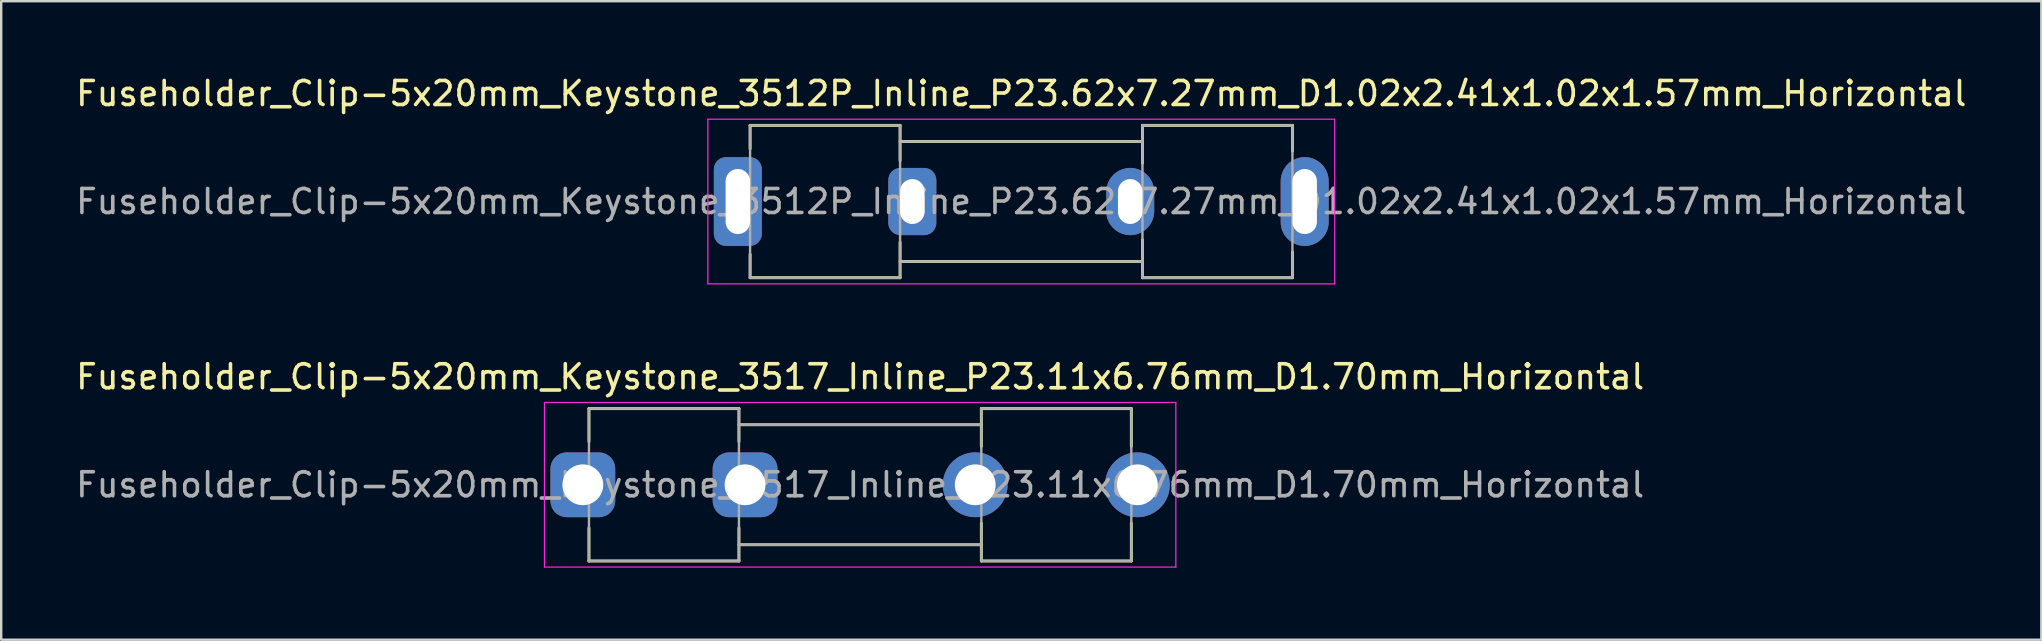
<source format=kicad_pcb>
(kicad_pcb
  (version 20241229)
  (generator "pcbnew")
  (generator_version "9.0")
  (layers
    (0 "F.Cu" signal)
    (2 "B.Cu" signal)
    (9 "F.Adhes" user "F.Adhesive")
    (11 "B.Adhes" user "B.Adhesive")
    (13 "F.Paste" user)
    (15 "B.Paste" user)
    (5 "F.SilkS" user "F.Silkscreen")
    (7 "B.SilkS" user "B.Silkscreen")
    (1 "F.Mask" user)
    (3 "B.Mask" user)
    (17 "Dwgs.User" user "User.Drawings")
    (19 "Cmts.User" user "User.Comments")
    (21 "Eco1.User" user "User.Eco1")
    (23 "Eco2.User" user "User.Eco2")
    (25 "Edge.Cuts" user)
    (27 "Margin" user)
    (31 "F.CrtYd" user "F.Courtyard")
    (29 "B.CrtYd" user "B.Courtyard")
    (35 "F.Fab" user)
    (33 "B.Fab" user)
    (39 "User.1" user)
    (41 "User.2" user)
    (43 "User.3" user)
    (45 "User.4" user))
  (footprint "Fuseholder_Clip-5x20mm_Keystone_3517_Inline_P23.11x6.76mm_D1.70mm_Horizontal"
    (layer "F.Cu")
    (at 21.237 17.151)
    (property "Reference" "Fuseholder_Clip-5x20mm_Keystone_3517_Inline_P23.11x6.76mm_D1.70mm_Horizontal" (at 11.555 -4.5 0) (layer "F.SilkS") (effects (font (size 1 1) (thickness 0.15))))
    (attr through_hole)
    (fp_line (start 0.255 -3.175) (end 0.255 -1.8) (stroke (width 0.12) (type solid)) (layer "F.SilkS"))
    (fp_line (start 0.255 3.175) (end 0.255 1.8) (stroke (width 0.12) (type solid)) (layer "F.SilkS"))
    (fp_line (start 6.505 -3.175) (end 0.255 -3.175) (stroke (width 0.12) (type solid)) (layer "F.SilkS"))
    (fp_line (start 6.505 -3.175) (end 6.505 -1.8) (stroke (width 0.12) (type solid)) (layer "F.SilkS"))
    (fp_line (start 6.505 3.175) (end 0.255 3.175) (stroke (width 0.12) (type solid)) (layer "F.SilkS"))
    (fp_line (start 6.505 3.175) (end 6.505 1.8) (stroke (width 0.12) (type solid)) (layer "F.SilkS"))
    (fp_line (start 16.605 -3.175) (end 16.605 -1.6) (stroke (width 0.12) (type solid)) (layer "F.SilkS"))
    (fp_line (start 16.605 -2.5) (end 6.505 -2.5) (stroke (width 0.12) (type solid)) (layer "F.SilkS"))
    (fp_line (start 16.605 2.5) (end 6.505 2.5) (stroke (width 0.12) (type solid)) (layer "F.SilkS"))
    (fp_line (start 16.605 3.175) (end 16.605 1.6) (stroke (width 0.12) (type solid)) (layer "F.SilkS"))
    (fp_line (start 16.605 3.175) (end 22.855 3.175) (stroke (width 0.12) (type solid)) (layer "F.SilkS"))
    (fp_line (start 22.855 -3.175) (end 16.605 -3.175) (stroke (width 0.12) (type solid)) (layer "F.SilkS"))
    (fp_line (start 22.855 -1.6) (end 22.855 -3.175) (stroke (width 0.12) (type solid)) (layer "F.SilkS"))
    (fp_line (start 22.855 1.6) (end 22.855 3.175) (stroke (width 0.12) (type solid)) (layer "F.SilkS"))
    (fp_line (start -1.6 -3.43) (end -1.6 3.43) (stroke (width 0.05) (type solid)) (layer "F.CrtYd"))
    (fp_line (start -1.6 -3.43) (end 24.71 -3.43) (stroke (width 0.05) (type solid)) (layer "F.CrtYd"))
    (fp_line (start 24.71 3.43) (end -1.6 3.43) (stroke (width 0.05) (type solid)) (layer "F.CrtYd"))
    (fp_line (start 24.71 3.43) (end 24.71 -3.43) (stroke (width 0.05) (type solid)) (layer "F.CrtYd"))
    (fp_line (start 0.255 -3.175) (end 6.505 -3.175) (stroke (width 0.1) (type solid)) (layer "F.Fab"))
    (fp_line (start 0.255 3.175) (end 0.255 -3.175) (stroke (width 0.1) (type solid)) (layer "F.Fab"))
    (fp_line (start 6.505 -3.175) (end 6.505 3.175) (stroke (width 0.1) (type solid)) (layer "F.Fab"))
    (fp_line (start 6.505 -2.5) (end 16.605 -2.5) (stroke (width 0.1) (type solid)) (layer "F.Fab"))
    (fp_line (start 6.505 3.175) (end 0.255 3.175) (stroke (width 0.1) (type solid)) (layer "F.Fab"))
    (fp_line (start 16.605 -3.175) (end 16.605 3.175) (stroke (width 0.1) (type solid)) (layer "F.Fab"))
    (fp_line (start 16.605 2.5) (end 6.505 2.5) (stroke (width 0.1) (type solid)) (layer "F.Fab"))
    (fp_line (start 16.605 3.175) (end 22.855 3.175) (stroke (width 0.1) (type solid)) (layer "F.Fab"))
    (fp_line (start 22.855 -3.175) (end 16.605 -3.175) (stroke (width 0.1) (type solid)) (layer "F.Fab"))
    (fp_line (start 22.855 3.175) (end 22.855 -3.175) (stroke (width 0.1) (type solid)) (layer "F.Fab"))
    (fp_text user "${REFERENCE}" (at 11.555 0 0) (layer "F.Fab") (effects (font (size 1 1) (thickness 0.15))))
    (pad "1" thru_hole roundrect (at 0 0) (size 2.7 2.7) (drill 1.7) (layers "*.Cu" "*.Mask") (roundrect_rratio 0.25))
    (pad "1" thru_hole roundrect (at 6.76 0) (size 2.7 2.7) (drill 1.7) (layers "*.Cu" "*.Mask") (roundrect_rratio 0.25))
    (pad "2" thru_hole circle (at 16.35 0) (size 2.7 2.7) (drill 1.7) (layers "*.Cu" "*.Mask"))
    (pad "2" thru_hole circle (at 23.11 0) (size 2.7 2.7) (drill 1.7) (layers "*.Cu" "*.Mask")))
  (footprint "Fuseholder_Clip-5x20mm_Keystone_3512P_Inline_P23.62x7.27mm_D1.02x2.41x1.02x1.57mm_Horizontal"
    (layer "F.Cu")
    (at 27.696 5.348)
    (property "Reference" "Fuseholder_Clip-5x20mm_Keystone_3512P_Inline_P23.62x7.27mm_D1.02x2.41x1.02x1.57mm_Horizontal" (at 11.81 -4.5 0) (layer "F.SilkS") (effects (font (size 1 1) (thickness 0.15))))
    (attr through_hole)
    (fp_line (start 0.51 -3.175) (end 0.51 -2.2) (stroke (width 0.12) (type solid)) (layer "F.SilkS"))
    (fp_line (start 0.51 3.175) (end 0.51 2.2) (stroke (width 0.12) (type solid)) (layer "F.SilkS"))
    (fp_line (start 6.76 -3.175) (end 0.51 -3.175) (stroke (width 0.12) (type solid)) (layer "F.SilkS"))
    (fp_line (start 6.76 -3.175) (end 6.76 -1.7) (stroke (width 0.12) (type solid)) (layer "F.SilkS"))
    (fp_line (start 6.76 3.175) (end 0.51 3.175) (stroke (width 0.12) (type solid)) (layer "F.SilkS"))
    (fp_line (start 6.76 3.175) (end 6.76 1.7) (stroke (width 0.12) (type solid)) (layer "F.SilkS"))
    (fp_line (start 16.86 -3.175) (end 16.86 -1.6) (stroke (width 0.12) (type solid)) (layer "F.SilkS"))
    (fp_line (start 16.86 -2.5) (end 6.76 -2.5) (stroke (width 0.12) (type solid)) (layer "F.SilkS"))
    (fp_line (start 16.86 2.5) (end 6.76 2.5) (stroke (width 0.12) (type solid)) (layer "F.SilkS"))
    (fp_line (start 16.86 3.175) (end 16.86 1.6) (stroke (width 0.12) (type solid)) (layer "F.SilkS"))
    (fp_line (start 16.86 3.175) (end 23.11 3.175) (stroke (width 0.12) (type solid)) (layer "F.SilkS"))
    (fp_line (start 23.11 -3.175) (end 16.86 -3.175) (stroke (width 0.12) (type solid)) (layer "F.SilkS"))
    (fp_line (start 23.11 -2.1) (end 23.11 -3.175) (stroke (width 0.12) (type solid)) (layer "F.SilkS"))
    (fp_line (start 23.11 2.1) (end 23.11 3.175) (stroke (width 0.12) (type solid)) (layer "F.SilkS"))
    (fp_line (start -1.25 -3.43) (end -1.25 3.43) (stroke (width 0.05) (type solid)) (layer "F.CrtYd"))
    (fp_line (start -1.25 -3.43) (end 24.87 -3.43) (stroke (width 0.05) (type solid)) (layer "F.CrtYd"))
    (fp_line (start 24.87 3.43) (end -1.25 3.43) (stroke (width 0.05) (type solid)) (layer "F.CrtYd"))
    (fp_line (start 24.87 3.43) (end 24.87 -3.43) (stroke (width 0.05) (type solid)) (layer "F.CrtYd"))
    (fp_line (start 0.51 -3.175) (end 6.76 -3.175) (stroke (width 0.1) (type solid)) (layer "F.Fab"))
    (fp_line (start 0.51 3.175) (end 0.51 -3.175) (stroke (width 0.1) (type solid)) (layer "F.Fab"))
    (fp_line (start 6.76 -3.175) (end 6.76 3.175) (stroke (width 0.1) (type solid)) (layer "F.Fab"))
    (fp_line (start 6.76 -2.5) (end 16.86 -2.5) (stroke (width 0.1) (type solid)) (layer "F.Fab"))
    (fp_line (start 6.76 3.175) (end 0.51 3.175) (stroke (width 0.1) (type solid)) (layer "F.Fab"))
    (fp_line (start 16.86 -3.175) (end 16.86 3.175) (stroke (width 0.1) (type solid)) (layer "F.Fab"))
    (fp_line (start 16.86 2.5) (end 6.76 2.5) (stroke (width 0.1) (type solid)) (layer "F.Fab"))
    (fp_line (start 16.86 3.175) (end 23.11 3.175) (stroke (width 0.1) (type solid)) (layer "F.Fab"))
    (fp_line (start 23.11 -3.175) (end 16.86 -3.175) (stroke (width 0.1) (type solid)) (layer "F.Fab"))
    (fp_line (start 23.11 3.175) (end 23.11 -3.175) (stroke (width 0.1) (type solid)) (layer "F.Fab"))
    (fp_text user "${REFERENCE}" (at 11.81 0 0) (layer "F.Fab") (effects (font (size 1 1) (thickness 0.15))))
    (pad "1" thru_hole roundrect (at 0 0) (size 2 3.7) (drill oval 1.02 2.71) (layers "*.Cu" "*.Mask") (roundrect_rratio 0.25))
    (pad "1" thru_hole roundrect (at 7.27 0) (size 2 2.8) (drill oval 1.02 1.87) (layers "*.Cu" "*.Mask") (roundrect_rratio 0.25))
    (pad "2" thru_hole oval (at 16.35 0) (size 2 2.8) (drill oval 1.02 1.87) (layers "*.Cu" "*.Mask"))
    (pad "2" thru_hole oval (at 23.62 0) (size 2 3.7) (drill oval 1.02 2.71) (layers "*.Cu" "*.Mask")))
  (gr_rect
    (start -3 -3)
    (end 82.012 23.607)
    (stroke (width 0.1) (type default))
    (fill no)
    (layer "Edge.Cuts")))
</source>
